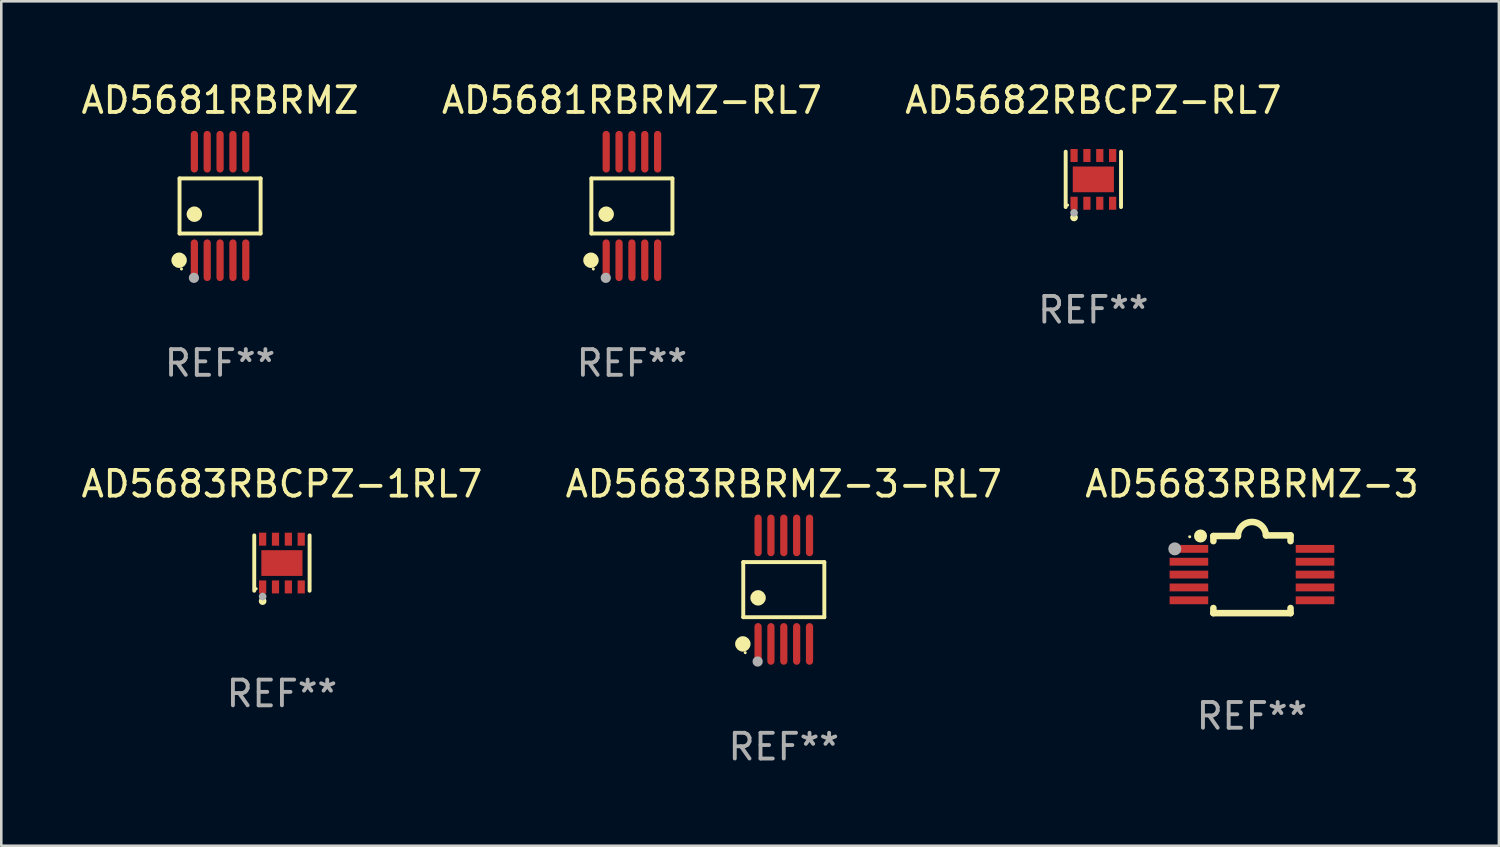
<source format=kicad_pcb>
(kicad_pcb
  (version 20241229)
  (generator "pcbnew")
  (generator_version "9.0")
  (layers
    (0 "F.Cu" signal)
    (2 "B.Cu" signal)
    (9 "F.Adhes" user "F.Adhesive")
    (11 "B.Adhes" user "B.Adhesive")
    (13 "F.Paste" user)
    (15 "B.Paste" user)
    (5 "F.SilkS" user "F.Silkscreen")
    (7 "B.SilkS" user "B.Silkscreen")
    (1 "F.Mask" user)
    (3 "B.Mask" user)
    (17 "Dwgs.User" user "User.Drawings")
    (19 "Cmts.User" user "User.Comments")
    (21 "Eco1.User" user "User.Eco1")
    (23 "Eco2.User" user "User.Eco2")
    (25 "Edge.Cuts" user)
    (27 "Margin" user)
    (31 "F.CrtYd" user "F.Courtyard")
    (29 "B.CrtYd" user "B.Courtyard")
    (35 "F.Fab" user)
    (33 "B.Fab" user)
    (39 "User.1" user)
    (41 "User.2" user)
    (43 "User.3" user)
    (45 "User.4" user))
  (footprint "AD5681RBRMZ-RL7"
    (layer "F.Cu")
    (at 21.518 4.958)
    (property "Reference" "AD5681RBRMZ-RL7" (at 0 -4.11 0) (layer "F.SilkS") (effects (font (size 1 1) (thickness 0.15))))
    (attr through_hole)
    (fp_line (start -1.576 -1.071) (end 1.576 -1.071) (stroke (width 0.152) (type solid)) (layer "F.SilkS"))
    (fp_line (start -1.576 1.071) (end -1.576 -1.071) (stroke (width 0.152) (type solid)) (layer "F.SilkS"))
    (fp_line (start 1.576 -1.071) (end 1.576 1.071) (stroke (width 0.152) (type solid)) (layer "F.SilkS"))
    (fp_line (start 1.576 1.071) (end -1.576 1.071) (stroke (width 0.152) (type solid)) (layer "F.SilkS"))
    (fp_circle (center -1.592 2.11) (end -1.442 2.11) (stroke (width 0.3) (type solid)) (fill no) (layer "F.SilkS"))
    (fp_circle (center -1.5 2.45) (end -1.47 2.45) (stroke (width 0.06) (type solid)) (fill no) (layer "F.SilkS"))
    (fp_circle (center -1 0.319) (end -0.85 0.319) (stroke (width 0.3) (type solid)) (fill no) (layer "F.SilkS"))
    (fp_circle (center -1.016 2.794) (end -0.916 2.794) (stroke (width 0.2) (type solid)) (fill no) (layer "F.Fab"))
    (fp_text user "REF**" (at 0 6.11 0) (layer "F.Fab") (effects (font (size 1 1) (thickness 0.15))))
    (pad "1" smd oval (at -1 2.11) (size 0.28 1.62) (layers "F.Cu" "F.Mask" "F.Paste"))
    (pad "2" smd oval (at -0.5 2.11) (size 0.28 1.62) (layers "F.Cu" "F.Mask" "F.Paste"))
    (pad "3" smd oval (at 0 2.11) (size 0.28 1.62) (layers "F.Cu" "F.Mask" "F.Paste"))
    (pad "4" smd oval (at 0.5 2.11) (size 0.28 1.62) (layers "F.Cu" "F.Mask" "F.Paste"))
    (pad "5" smd oval (at 1 2.11) (size 0.28 1.62) (layers "F.Cu" "F.Mask" "F.Paste"))
    (pad "6" smd oval (at 1 -2.11) (size 0.28 1.62) (layers "F.Cu" "F.Mask" "F.Paste"))
    (pad "7" smd oval (at 0.5 -2.11) (size 0.28 1.62) (layers "F.Cu" "F.Mask" "F.Paste"))
    (pad "8" smd oval (at 0 -2.11) (size 0.28 1.62) (layers "F.Cu" "F.Mask" "F.Paste"))
    (pad "9" smd oval (at -0.5 -2.11) (size 0.28 1.62) (layers "F.Cu" "F.Mask" "F.Paste"))
    (pad "10" smd oval (at -1 -2.11) (size 0.28 1.62) (layers "F.Cu" "F.Mask" "F.Paste")))
  (footprint "AD5683RBRMZ-3-RL7"
    (layer "F.Cu")
    (at 27.423 19.875)
    (property "Reference" "AD5683RBRMZ-3-RL7" (at 0 -4.11 0) (layer "F.SilkS") (effects (font (size 1 1) (thickness 0.15))))
    (attr through_hole)
    (fp_line (start -1.576 -1.071) (end 1.576 -1.071) (stroke (width 0.152) (type solid)) (layer "F.SilkS"))
    (fp_line (start -1.576 1.071) (end -1.576 -1.071) (stroke (width 0.152) (type solid)) (layer "F.SilkS"))
    (fp_line (start 1.576 -1.071) (end 1.576 1.071) (stroke (width 0.152) (type solid)) (layer "F.SilkS"))
    (fp_line (start 1.576 1.071) (end -1.576 1.071) (stroke (width 0.152) (type solid)) (layer "F.SilkS"))
    (fp_circle (center -1.592 2.11) (end -1.442 2.11) (stroke (width 0.3) (type solid)) (fill no) (layer "F.SilkS"))
    (fp_circle (center -1.5 2.45) (end -1.47 2.45) (stroke (width 0.06) (type solid)) (fill no) (layer "F.SilkS"))
    (fp_circle (center -1 0.319) (end -0.85 0.319) (stroke (width 0.3) (type solid)) (fill no) (layer "F.SilkS"))
    (fp_circle (center -1.016 2.794) (end -0.916 2.794) (stroke (width 0.2) (type solid)) (fill no) (layer "F.Fab"))
    (fp_text user "REF**" (at 0 6.11 0) (layer "F.Fab") (effects (font (size 1 1) (thickness 0.15))))
    (pad "1" smd oval (at -1 2.11) (size 0.28 1.62) (layers "F.Cu" "F.Mask" "F.Paste"))
    (pad "2" smd oval (at -0.5 2.11) (size 0.28 1.62) (layers "F.Cu" "F.Mask" "F.Paste"))
    (pad "3" smd oval (at 0 2.11) (size 0.28 1.62) (layers "F.Cu" "F.Mask" "F.Paste"))
    (pad "4" smd oval (at 0.5 2.11) (size 0.28 1.62) (layers "F.Cu" "F.Mask" "F.Paste"))
    (pad "5" smd oval (at 1 2.11) (size 0.28 1.62) (layers "F.Cu" "F.Mask" "F.Paste"))
    (pad "6" smd oval (at 1 -2.11) (size 0.28 1.62) (layers "F.Cu" "F.Mask" "F.Paste"))
    (pad "7" smd oval (at 0.5 -2.11) (size 0.28 1.62) (layers "F.Cu" "F.Mask" "F.Paste"))
    (pad "8" smd oval (at 0 -2.11) (size 0.28 1.62) (layers "F.Cu" "F.Mask" "F.Paste"))
    (pad "9" smd oval (at -0.5 -2.11) (size 0.28 1.62) (layers "F.Cu" "F.Mask" "F.Paste"))
    (pad "10" smd oval (at -1 -2.11) (size 0.28 1.62) (layers "F.Cu" "F.Mask" "F.Paste")))
  (footprint "AD5681RBRMZ"
    (layer "F.Cu")
    (at 5.506 4.958)
    (property "Reference" "AD5681RBRMZ" (at 0 -4.11 0) (layer "F.SilkS") (effects (font (size 1 1) (thickness 0.15))))
    (attr through_hole)
    (fp_line (start -1.576 -1.071) (end 1.576 -1.071) (stroke (width 0.152) (type solid)) (layer "F.SilkS"))
    (fp_line (start -1.576 1.071) (end -1.576 -1.071) (stroke (width 0.152) (type solid)) (layer "F.SilkS"))
    (fp_line (start 1.576 -1.071) (end 1.576 1.071) (stroke (width 0.152) (type solid)) (layer "F.SilkS"))
    (fp_line (start 1.576 1.071) (end -1.576 1.071) (stroke (width 0.152) (type solid)) (layer "F.SilkS"))
    (fp_circle (center -1.592 2.11) (end -1.442 2.11) (stroke (width 0.3) (type solid)) (fill no) (layer "F.SilkS"))
    (fp_circle (center -1.5 2.45) (end -1.47 2.45) (stroke (width 0.06) (type solid)) (fill no) (layer "F.SilkS"))
    (fp_circle (center -1 0.319) (end -0.85 0.319) (stroke (width 0.3) (type solid)) (fill no) (layer "F.SilkS"))
    (fp_circle (center -1.016 2.794) (end -0.916 2.794) (stroke (width 0.2) (type solid)) (fill no) (layer "F.Fab"))
    (fp_text user "REF**" (at 0 6.11 0) (layer "F.Fab") (effects (font (size 1 1) (thickness 0.15))))
    (pad "1" smd oval (at -1 2.11) (size 0.28 1.62) (layers "F.Cu" "F.Mask" "F.Paste"))
    (pad "2" smd oval (at -0.5 2.11) (size 0.28 1.62) (layers "F.Cu" "F.Mask" "F.Paste"))
    (pad "3" smd oval (at 0 2.11) (size 0.28 1.62) (layers "F.Cu" "F.Mask" "F.Paste"))
    (pad "4" smd oval (at 0.5 2.11) (size 0.28 1.62) (layers "F.Cu" "F.Mask" "F.Paste"))
    (pad "5" smd oval (at 1 2.11) (size 0.28 1.62) (layers "F.Cu" "F.Mask" "F.Paste"))
    (pad "6" smd oval (at 1 -2.11) (size 0.28 1.62) (layers "F.Cu" "F.Mask" "F.Paste"))
    (pad "7" smd oval (at 0.5 -2.11) (size 0.28 1.62) (layers "F.Cu" "F.Mask" "F.Paste"))
    (pad "8" smd oval (at 0 -2.11) (size 0.28 1.62) (layers "F.Cu" "F.Mask" "F.Paste"))
    (pad "9" smd oval (at -0.5 -2.11) (size 0.28 1.62) (layers "F.Cu" "F.Mask" "F.Paste"))
    (pad "10" smd oval (at -1 -2.11) (size 0.28 1.62) (layers "F.Cu" "F.Mask" "F.Paste")))
  (footprint "AD5683RBRMZ-3"
    (layer "F.Cu")
    (at 45.625 19.277)
    (property "Reference" "AD5683RBRMZ-3" (at 0 -3.512 0) (layer "F.SilkS") (effects (font (size 1 1) (thickness 0.15))))
    (attr through_hole)
    (fp_line (start -1.5 -1.288) (end -1.5 -1.487) (stroke (width 0.254) (type solid)) (layer "F.SilkS"))
    (fp_line (start -1.5 1.512) (end -1.5 1.312) (stroke (width 0.254) (type solid)) (layer "F.SilkS"))
    (fp_line (start -0.546 -1.487) (end -1.5 -1.487) (stroke (width 0.254) (type solid)) (layer "F.SilkS"))
    (fp_line (start 1.5 -1.512) (end 0.546 -1.512) (stroke (width 0.254) (type solid)) (layer "F.SilkS"))
    (fp_line (start 1.5 -1.288) (end 1.5 -1.512) (stroke (width 0.254) (type solid)) (layer "F.SilkS"))
    (fp_line (start 1.5 1.512) (end -1.5 1.512) (stroke (width 0.254) (type solid)) (layer "F.SilkS"))
    (fp_line (start 1.5 1.512) (end 1.5 1.312) (stroke (width 0.254) (type solid)) (layer "F.SilkS"))
    (fp_arc (start -0.546151 -1.486601) (mid -0.01246 -2.032889) (end 0.54605 -1.512002) (stroke (width 0.254001) (type solid)) (layer "F.SilkS"))
    (fp_circle (center -2.42 -1.458) (end -2.39 -1.458) (stroke (width 0.06) (type solid)) (fill no) (layer "F.SilkS"))
    (fp_circle (center -2 -1.488) (end -1.873 -1.488) (stroke (width 0.254) (type solid)) (fill no) (layer "F.SilkS"))
    (fp_circle (center -3 -0.988) (end -2.873 -0.988) (stroke (width 0.254) (type solid)) (fill no) (layer "F.Fab"))
    (fp_text user "REF**" (at 0 5.512 0) (layer "F.Fab") (effects (font (size 1 1) (thickness 0.15))))
    (pad "1" smd rect (at -2.451 -0.988) (size 1.5 0.305) (layers "F.Cu" "F.Mask" "F.Paste"))
    (pad "2" smd rect (at -2.451 -0.488) (size 1.5 0.305) (layers "F.Cu" "F.Mask" "F.Paste"))
    (pad "3" smd rect (at -2.451 0.012) (size 1.5 0.305) (layers "F.Cu" "F.Mask" "F.Paste"))
    (pad "4" smd rect (at -2.451 0.512) (size 1.5 0.305) (layers "F.Cu" "F.Mask" "F.Paste"))
    (pad "5" smd rect (at -2.451 1.012) (size 1.5 0.305) (layers "F.Cu" "F.Mask" "F.Paste"))
    (pad "6" smd rect (at 2.451 1.012) (size 1.5 0.305) (layers "F.Cu" "F.Mask" "F.Paste"))
    (pad "7" smd rect (at 2.451 0.512) (size 1.5 0.305) (layers "F.Cu" "F.Mask" "F.Paste"))
    (pad "8" smd rect (at 2.451 0.012) (size 1.5 0.305) (layers "F.Cu" "F.Mask" "F.Paste"))
    (pad "9" smd rect (at 2.451 -0.488) (size 1.5 0.305) (layers "F.Cu" "F.Mask" "F.Paste"))
    (pad "10" smd rect (at 2.451 -0.988) (size 1.5 0.305) (layers "F.Cu" "F.Mask" "F.Paste")))
  (footprint "AD5683RBCPZ-1RL7"
    (layer "F.Cu")
    (at 7.911 18.841)
    (property "Reference" "AD5683RBCPZ-1RL7" (at 0 -3.076 0) (layer "F.SilkS") (effects (font (size 1 1) (thickness 0.15))))
    (attr through_hole)
    (fp_line (start -1.076 1.076) (end -1.076 -1.076) (stroke (width 0.152) (type solid)) (layer "F.SilkS"))
    (fp_line (start 1.076 1.076) (end 1.076 -1.076) (stroke (width 0.152) (type solid)) (layer "F.SilkS"))
    (fp_circle (center -1 1) (end -0.97 1) (stroke (width 0.06) (type solid)) (fill no) (layer "F.SilkS"))
    (fp_circle (center -0.75 1.48) (end -0.675 1.48) (stroke (width 0.15) (type solid)) (fill no) (layer "F.SilkS"))
    (fp_circle (center -0.75 1.3) (end -0.675 1.3) (stroke (width 0.15) (type solid)) (fill no) (layer "F.Fab"))
    (fp_text user "REF**" (at 0 5.076 0) (layer "F.Fab") (effects (font (size 1 1) (thickness 0.15))))
    (pad "1" smd rect (at -0.75 0.928) (size 0.28 0.505) (layers "F.Cu" "F.Mask" "F.Paste"))
    (pad "2" smd rect (at -0.25 0.928) (size 0.28 0.505) (layers "F.Cu" "F.Mask" "F.Paste"))
    (pad "3" smd rect (at 0.25 0.928) (size 0.28 0.505) (layers "F.Cu" "F.Mask" "F.Paste"))
    (pad "4" smd rect (at 0.75 0.928) (size 0.28 0.505) (layers "F.Cu" "F.Mask" "F.Paste"))
    (pad "5" smd rect (at 0.75 -0.928) (size 0.28 0.505) (layers "F.Cu" "F.Mask" "F.Paste"))
    (pad "6" smd rect (at 0.25 -0.928) (size 0.28 0.505) (layers "F.Cu" "F.Mask" "F.Paste"))
    (pad "7" smd rect (at -0.25 -0.928) (size 0.28 0.505) (layers "F.Cu" "F.Mask" "F.Paste"))
    (pad "8" smd rect (at -0.75 -0.928) (size 0.28 0.505) (layers "F.Cu" "F.Mask" "F.Paste"))
    (pad "9" smd rect (at 0 0) (size 1.6 1) (layers "F.Cu" "F.Mask" "F.Paste")))
  (footprint "AD5682RBCPZ-RL7"
    (layer "F.Cu")
    (at 39.458 3.924)
    (property "Reference" "AD5682RBCPZ-RL7" (at 0 -3.076 0) (layer "F.SilkS") (effects (font (size 1 1) (thickness 0.15))))
    (attr through_hole)
    (fp_line (start -1.076 1.076) (end -1.076 -1.076) (stroke (width 0.152) (type solid)) (layer "F.SilkS"))
    (fp_line (start 1.076 1.076) (end 1.076 -1.076) (stroke (width 0.152) (type solid)) (layer "F.SilkS"))
    (fp_circle (center -1 1) (end -0.97 1) (stroke (width 0.06) (type solid)) (fill no) (layer "F.SilkS"))
    (fp_circle (center -0.75 1.48) (end -0.675 1.48) (stroke (width 0.15) (type solid)) (fill no) (layer "F.SilkS"))
    (fp_circle (center -0.75 1.3) (end -0.675 1.3) (stroke (width 0.15) (type solid)) (fill no) (layer "F.Fab"))
    (fp_text user "REF**" (at 0 5.076 0) (layer "F.Fab") (effects (font (size 1 1) (thickness 0.15))))
    (pad "1" smd rect (at -0.75 0.928) (size 0.28 0.505) (layers "F.Cu" "F.Mask" "F.Paste"))
    (pad "2" smd rect (at -0.25 0.928) (size 0.28 0.505) (layers "F.Cu" "F.Mask" "F.Paste"))
    (pad "3" smd rect (at 0.25 0.928) (size 0.28 0.505) (layers "F.Cu" "F.Mask" "F.Paste"))
    (pad "4" smd rect (at 0.75 0.928) (size 0.28 0.505) (layers "F.Cu" "F.Mask" "F.Paste"))
    (pad "5" smd rect (at 0.75 -0.928) (size 0.28 0.505) (layers "F.Cu" "F.Mask" "F.Paste"))
    (pad "6" smd rect (at 0.25 -0.928) (size 0.28 0.505) (layers "F.Cu" "F.Mask" "F.Paste"))
    (pad "7" smd rect (at -0.25 -0.928) (size 0.28 0.505) (layers "F.Cu" "F.Mask" "F.Paste"))
    (pad "8" smd rect (at -0.75 -0.928) (size 0.28 0.505) (layers "F.Cu" "F.Mask" "F.Paste"))
    (pad "9" smd rect (at 0 0) (size 1.6 1) (layers "F.Cu" "F.Mask" "F.Paste")))
  (gr_rect
    (start -3 -3)
    (end 55.226 29.833)
    (stroke (width 0.1) (type default))
    (fill no)
    (layer "Edge.Cuts")))
</source>
